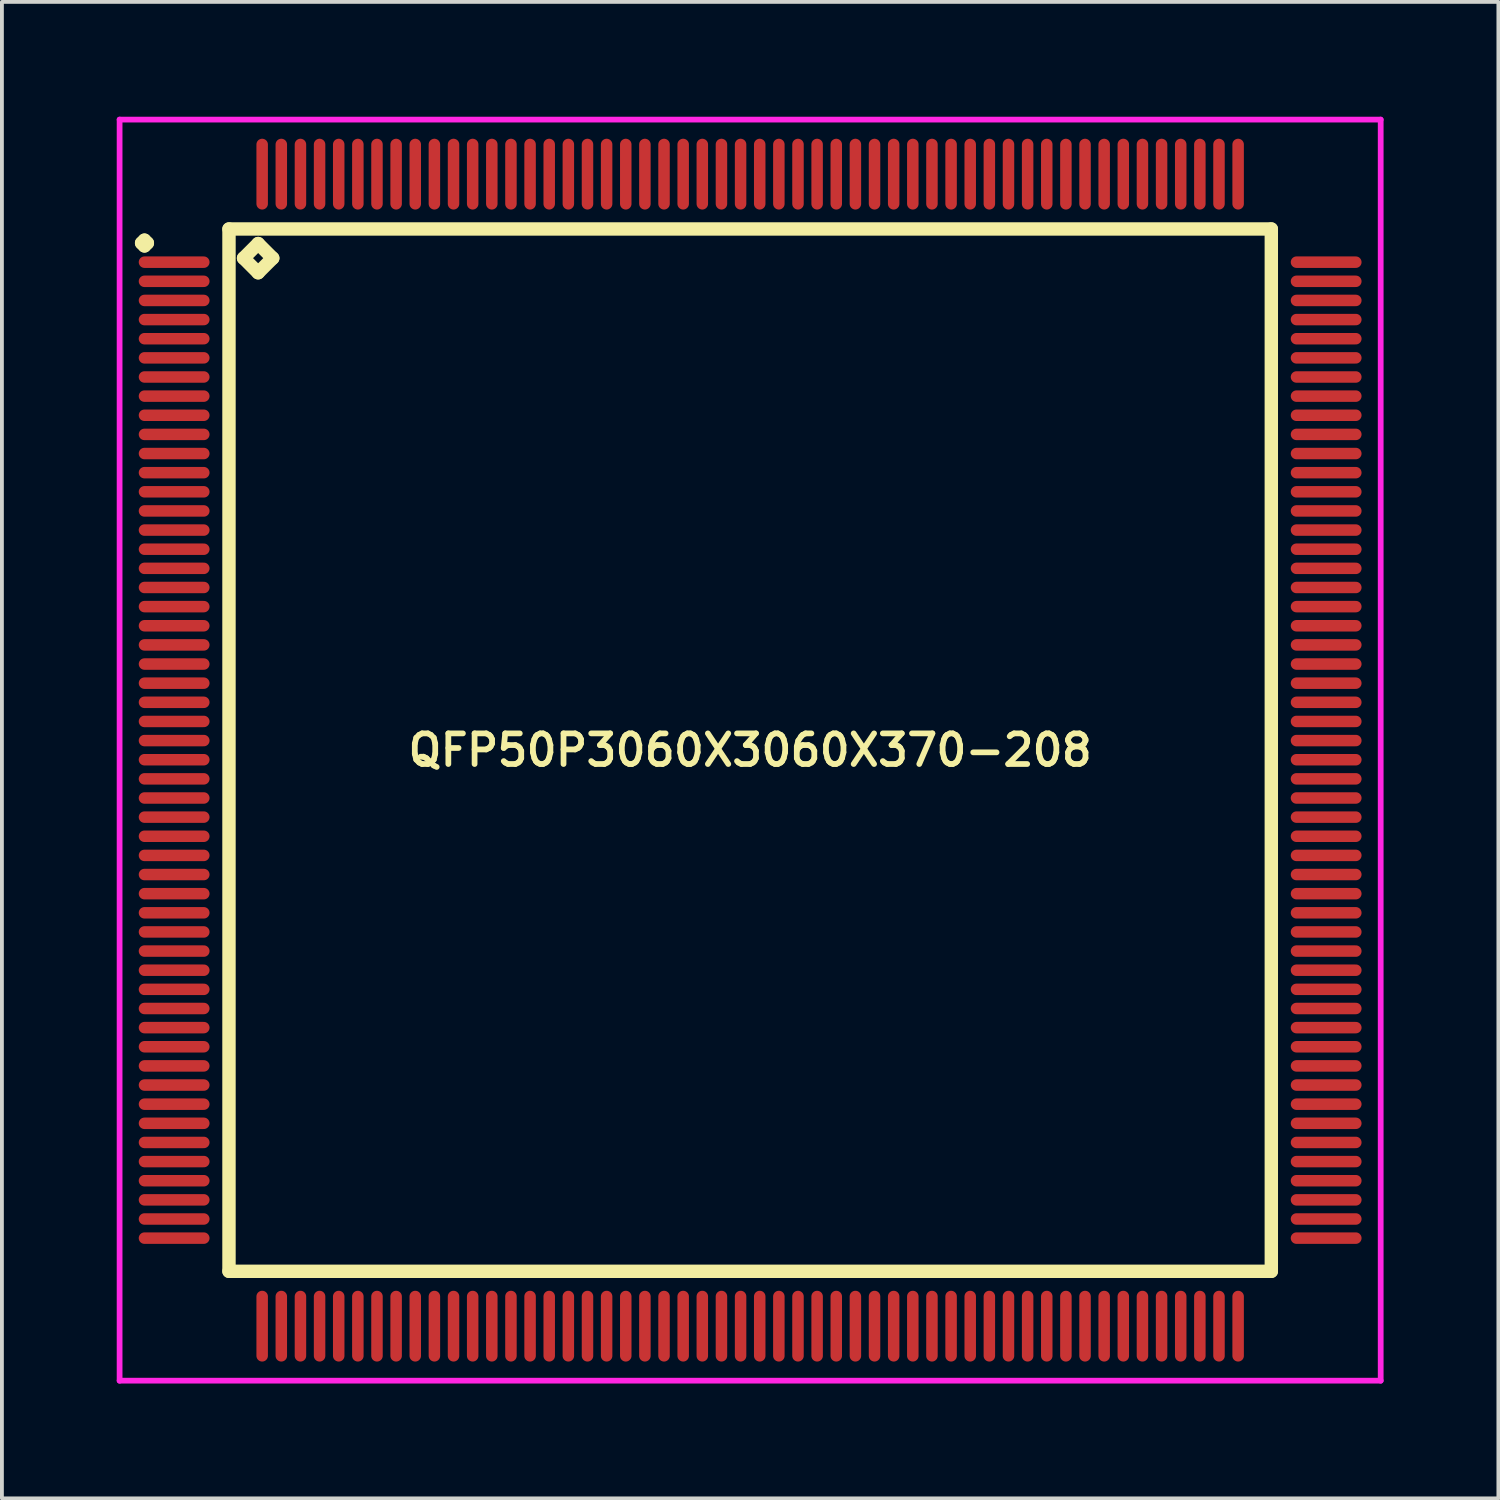
<source format=kicad_pcb>
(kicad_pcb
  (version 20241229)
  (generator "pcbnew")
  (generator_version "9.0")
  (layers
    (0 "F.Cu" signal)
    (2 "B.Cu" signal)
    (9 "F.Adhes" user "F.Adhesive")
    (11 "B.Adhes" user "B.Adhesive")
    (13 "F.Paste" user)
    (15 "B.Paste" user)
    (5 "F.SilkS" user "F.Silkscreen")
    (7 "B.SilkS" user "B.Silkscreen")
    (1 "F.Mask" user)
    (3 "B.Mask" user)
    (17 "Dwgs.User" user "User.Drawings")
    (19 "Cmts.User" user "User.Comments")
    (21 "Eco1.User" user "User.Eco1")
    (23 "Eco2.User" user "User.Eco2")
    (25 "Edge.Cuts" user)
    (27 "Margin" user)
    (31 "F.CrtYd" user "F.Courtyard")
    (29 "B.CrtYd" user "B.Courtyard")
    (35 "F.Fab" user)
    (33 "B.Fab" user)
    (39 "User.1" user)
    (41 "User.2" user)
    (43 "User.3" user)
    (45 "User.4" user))
  (footprint "QFP50P3060X3060X370-208"
    (layer "F.Cu")
    (at 16.55 16.55)
    (property "Reference" "QFP50P3060X3060X370-208" (at 0 0 0) (layer "F.SilkS") (effects (font (size 0.8 0.8) (thickness 0.15))))
    (attr through_hole)
    (fp_line (start -15.9 -13.25) (end -15.825 -13.325) (stroke (width 0.35) (type solid)) (layer "F.SilkS"))
    (fp_line (start -15.825 -13.325) (end -15.75 -13.25) (stroke (width 0.35) (type solid)) (layer "F.SilkS"))
    (fp_line (start -15.825 -13.175) (end -15.9 -13.25) (stroke (width 0.35) (type solid)) (layer "F.SilkS"))
    (fp_line (start -15.75 -13.25) (end -15.825 -13.175) (stroke (width 0.35) (type solid)) (layer "F.SilkS"))
    (fp_line (start -13.617 -13.617) (end -13.617 13.617) (stroke (width 0.35) (type solid)) (layer "F.SilkS"))
    (fp_line (start -13.617 13.617) (end 13.617 13.617) (stroke (width 0.35) (type solid)) (layer "F.SilkS"))
    (fp_line (start -13.236 -12.855) (end -12.855 -13.236) (stroke (width 0.35) (type solid)) (layer "F.SilkS"))
    (fp_line (start -12.855 -13.236) (end -12.474 -12.855) (stroke (width 0.35) (type solid)) (layer "F.SilkS"))
    (fp_line (start -12.855 -12.474) (end -13.236 -12.855) (stroke (width 0.35) (type solid)) (layer "F.SilkS"))
    (fp_line (start -12.474 -12.855) (end -12.855 -12.474) (stroke (width 0.35) (type solid)) (layer "F.SilkS"))
    (fp_line (start 13.617 -13.617) (end -13.617 -13.617) (stroke (width 0.35) (type solid)) (layer "F.SilkS"))
    (fp_line (start 13.617 13.617) (end 13.617 -13.617) (stroke (width 0.35) (type solid)) (layer "F.SilkS"))
    (fp_line (start -16.475 -16.475) (end 16.475 -16.475) (stroke (width 0.15) (type solid)) (layer "F.CrtYd"))
    (fp_line (start -16.475 16.475) (end -16.475 -16.475) (stroke (width 0.15) (type solid)) (layer "F.CrtYd"))
    (fp_line (start 16.475 -16.475) (end 16.475 16.475) (stroke (width 0.15) (type solid)) (layer "F.CrtYd"))
    (fp_line (start 16.475 16.475) (end -16.475 16.475) (stroke (width 0.15) (type solid)) (layer "F.CrtYd"))
    (pad "1" smd oval (at -15.05 -12.75) (size 1.85 0.3) (layers "F.Cu" "F.Mask" "F.Paste"))
    (pad "2" smd oval (at -15.05 -12.25) (size 1.85 0.3) (layers "F.Cu" "F.Mask" "F.Paste"))
    (pad "3" smd oval (at -15.05 -11.75) (size 1.85 0.3) (layers "F.Cu" "F.Mask" "F.Paste"))
    (pad "4" smd oval (at -15.05 -11.25) (size 1.85 0.3) (layers "F.Cu" "F.Mask" "F.Paste"))
    (pad "5" smd oval (at -15.05 -10.75) (size 1.85 0.3) (layers "F.Cu" "F.Mask" "F.Paste"))
    (pad "6" smd oval (at -15.05 -10.25) (size 1.85 0.3) (layers "F.Cu" "F.Mask" "F.Paste"))
    (pad "7" smd oval (at -15.05 -9.75) (size 1.85 0.3) (layers "F.Cu" "F.Mask" "F.Paste"))
    (pad "8" smd oval (at -15.05 -9.25) (size 1.85 0.3) (layers "F.Cu" "F.Mask" "F.Paste"))
    (pad "9" smd oval (at -15.05 -8.75) (size 1.85 0.3) (layers "F.Cu" "F.Mask" "F.Paste"))
    (pad "10" smd oval (at -15.05 -8.25) (size 1.85 0.3) (layers "F.Cu" "F.Mask" "F.Paste"))
    (pad "11" smd oval (at -15.05 -7.75) (size 1.85 0.3) (layers "F.Cu" "F.Mask" "F.Paste"))
    (pad "12" smd oval (at -15.05 -7.25) (size 1.85 0.3) (layers "F.Cu" "F.Mask" "F.Paste"))
    (pad "13" smd oval (at -15.05 -6.75) (size 1.85 0.3) (layers "F.Cu" "F.Mask" "F.Paste"))
    (pad "14" smd oval (at -15.05 -6.25) (size 1.85 0.3) (layers "F.Cu" "F.Mask" "F.Paste"))
    (pad "15" smd oval (at -15.05 -5.75) (size 1.85 0.3) (layers "F.Cu" "F.Mask" "F.Paste"))
    (pad "16" smd oval (at -15.05 -5.25) (size 1.85 0.3) (layers "F.Cu" "F.Mask" "F.Paste"))
    (pad "17" smd oval (at -15.05 -4.75) (size 1.85 0.3) (layers "F.Cu" "F.Mask" "F.Paste"))
    (pad "18" smd oval (at -15.05 -4.25) (size 1.85 0.3) (layers "F.Cu" "F.Mask" "F.Paste"))
    (pad "19" smd oval (at -15.05 -3.75) (size 1.85 0.3) (layers "F.Cu" "F.Mask" "F.Paste"))
    (pad "20" smd oval (at -15.05 -3.25) (size 1.85 0.3) (layers "F.Cu" "F.Mask" "F.Paste"))
    (pad "21" smd oval (at -15.05 -2.75) (size 1.85 0.3) (layers "F.Cu" "F.Mask" "F.Paste"))
    (pad "22" smd oval (at -15.05 -2.25) (size 1.85 0.3) (layers "F.Cu" "F.Mask" "F.Paste"))
    (pad "23" smd oval (at -15.05 -1.75) (size 1.85 0.3) (layers "F.Cu" "F.Mask" "F.Paste"))
    (pad "24" smd oval (at -15.05 -1.25) (size 1.85 0.3) (layers "F.Cu" "F.Mask" "F.Paste"))
    (pad "25" smd oval (at -15.05 -0.75) (size 1.85 0.3) (layers "F.Cu" "F.Mask" "F.Paste"))
    (pad "26" smd oval (at -15.05 -0.25) (size 1.85 0.3) (layers "F.Cu" "F.Mask" "F.Paste"))
    (pad "27" smd oval (at -15.05 0.25) (size 1.85 0.3) (layers "F.Cu" "F.Mask" "F.Paste"))
    (pad "28" smd oval (at -15.05 0.75) (size 1.85 0.3) (layers "F.Cu" "F.Mask" "F.Paste"))
    (pad "29" smd oval (at -15.05 1.25) (size 1.85 0.3) (layers "F.Cu" "F.Mask" "F.Paste"))
    (pad "30" smd oval (at -15.05 1.75) (size 1.85 0.3) (layers "F.Cu" "F.Mask" "F.Paste"))
    (pad "31" smd oval (at -15.05 2.25) (size 1.85 0.3) (layers "F.Cu" "F.Mask" "F.Paste"))
    (pad "32" smd oval (at -15.05 2.75) (size 1.85 0.3) (layers "F.Cu" "F.Mask" "F.Paste"))
    (pad "33" smd oval (at -15.05 3.25) (size 1.85 0.3) (layers "F.Cu" "F.Mask" "F.Paste"))
    (pad "34" smd oval (at -15.05 3.75) (size 1.85 0.3) (layers "F.Cu" "F.Mask" "F.Paste"))
    (pad "35" smd oval (at -15.05 4.25) (size 1.85 0.3) (layers "F.Cu" "F.Mask" "F.Paste"))
    (pad "36" smd oval (at -15.05 4.75) (size 1.85 0.3) (layers "F.Cu" "F.Mask" "F.Paste"))
    (pad "37" smd oval (at -15.05 5.25) (size 1.85 0.3) (layers "F.Cu" "F.Mask" "F.Paste"))
    (pad "38" smd oval (at -15.05 5.75) (size 1.85 0.3) (layers "F.Cu" "F.Mask" "F.Paste"))
    (pad "39" smd oval (at -15.05 6.25) (size 1.85 0.3) (layers "F.Cu" "F.Mask" "F.Paste"))
    (pad "40" smd oval (at -15.05 6.75) (size 1.85 0.3) (layers "F.Cu" "F.Mask" "F.Paste"))
    (pad "41" smd oval (at -15.05 7.25) (size 1.85 0.3) (layers "F.Cu" "F.Mask" "F.Paste"))
    (pad "42" smd oval (at -15.05 7.75) (size 1.85 0.3) (layers "F.Cu" "F.Mask" "F.Paste"))
    (pad "43" smd oval (at -15.05 8.25) (size 1.85 0.3) (layers "F.Cu" "F.Mask" "F.Paste"))
    (pad "44" smd oval (at -15.05 8.75) (size 1.85 0.3) (layers "F.Cu" "F.Mask" "F.Paste"))
    (pad "45" smd oval (at -15.05 9.25) (size 1.85 0.3) (layers "F.Cu" "F.Mask" "F.Paste"))
    (pad "46" smd oval (at -15.05 9.75) (size 1.85 0.3) (layers "F.Cu" "F.Mask" "F.Paste"))
    (pad "47" smd oval (at -15.05 10.25) (size 1.85 0.3) (layers "F.Cu" "F.Mask" "F.Paste"))
    (pad "48" smd oval (at -15.05 10.75) (size 1.85 0.3) (layers "F.Cu" "F.Mask" "F.Paste"))
    (pad "49" smd oval (at -15.05 11.25) (size 1.85 0.3) (layers "F.Cu" "F.Mask" "F.Paste"))
    (pad "50" smd oval (at -15.05 11.75) (size 1.85 0.3) (layers "F.Cu" "F.Mask" "F.Paste"))
    (pad "51" smd oval (at -15.05 12.25) (size 1.85 0.3) (layers "F.Cu" "F.Mask" "F.Paste"))
    (pad "52" smd oval (at -15.05 12.75) (size 1.85 0.3) (layers "F.Cu" "F.Mask" "F.Paste"))
    (pad "53" smd oval (at -12.75 15.05) (size 0.3 1.85) (layers "F.Cu" "F.Mask" "F.Paste"))
    (pad "54" smd oval (at -12.25 15.05) (size 0.3 1.85) (layers "F.Cu" "F.Mask" "F.Paste"))
    (pad "55" smd oval (at -11.75 15.05) (size 0.3 1.85) (layers "F.Cu" "F.Mask" "F.Paste"))
    (pad "56" smd oval (at -11.25 15.05) (size 0.3 1.85) (layers "F.Cu" "F.Mask" "F.Paste"))
    (pad "57" smd oval (at -10.75 15.05) (size 0.3 1.85) (layers "F.Cu" "F.Mask" "F.Paste"))
    (pad "58" smd oval (at -10.25 15.05) (size 0.3 1.85) (layers "F.Cu" "F.Mask" "F.Paste"))
    (pad "59" smd oval (at -9.75 15.05) (size 0.3 1.85) (layers "F.Cu" "F.Mask" "F.Paste"))
    (pad "60" smd oval (at -9.25 15.05) (size 0.3 1.85) (layers "F.Cu" "F.Mask" "F.Paste"))
    (pad "61" smd oval (at -8.75 15.05) (size 0.3 1.85) (layers "F.Cu" "F.Mask" "F.Paste"))
    (pad "62" smd oval (at -8.25 15.05) (size 0.3 1.85) (layers "F.Cu" "F.Mask" "F.Paste"))
    (pad "63" smd oval (at -7.75 15.05) (size 0.3 1.85) (layers "F.Cu" "F.Mask" "F.Paste"))
    (pad "64" smd oval (at -7.25 15.05) (size 0.3 1.85) (layers "F.Cu" "F.Mask" "F.Paste"))
    (pad "65" smd oval (at -6.75 15.05) (size 0.3 1.85) (layers "F.Cu" "F.Mask" "F.Paste"))
    (pad "66" smd oval (at -6.25 15.05) (size 0.3 1.85) (layers "F.Cu" "F.Mask" "F.Paste"))
    (pad "67" smd oval (at -5.75 15.05) (size 0.3 1.85) (layers "F.Cu" "F.Mask" "F.Paste"))
    (pad "68" smd oval (at -5.25 15.05) (size 0.3 1.85) (layers "F.Cu" "F.Mask" "F.Paste"))
    (pad "69" smd oval (at -4.75 15.05) (size 0.3 1.85) (layers "F.Cu" "F.Mask" "F.Paste"))
    (pad "70" smd oval (at -4.25 15.05) (size 0.3 1.85) (layers "F.Cu" "F.Mask" "F.Paste"))
    (pad "71" smd oval (at -3.75 15.05) (size 0.3 1.85) (layers "F.Cu" "F.Mask" "F.Paste"))
    (pad "72" smd oval (at -3.25 15.05) (size 0.3 1.85) (layers "F.Cu" "F.Mask" "F.Paste"))
    (pad "73" smd oval (at -2.75 15.05) (size 0.3 1.85) (layers "F.Cu" "F.Mask" "F.Paste"))
    (pad "74" smd oval (at -2.25 15.05) (size 0.3 1.85) (layers "F.Cu" "F.Mask" "F.Paste"))
    (pad "75" smd oval (at -1.75 15.05) (size 0.3 1.85) (layers "F.Cu" "F.Mask" "F.Paste"))
    (pad "76" smd oval (at -1.25 15.05) (size 0.3 1.85) (layers "F.Cu" "F.Mask" "F.Paste"))
    (pad "77" smd oval (at -0.75 15.05) (size 0.3 1.85) (layers "F.Cu" "F.Mask" "F.Paste"))
    (pad "78" smd oval (at -0.25 15.05) (size 0.3 1.85) (layers "F.Cu" "F.Mask" "F.Paste"))
    (pad "79" smd oval (at 0.25 15.05) (size 0.3 1.85) (layers "F.Cu" "F.Mask" "F.Paste"))
    (pad "80" smd oval (at 0.75 15.05) (size 0.3 1.85) (layers "F.Cu" "F.Mask" "F.Paste"))
    (pad "81" smd oval (at 1.25 15.05) (size 0.3 1.85) (layers "F.Cu" "F.Mask" "F.Paste"))
    (pad "82" smd oval (at 1.75 15.05) (size 0.3 1.85) (layers "F.Cu" "F.Mask" "F.Paste"))
    (pad "83" smd oval (at 2.25 15.05) (size 0.3 1.85) (layers "F.Cu" "F.Mask" "F.Paste"))
    (pad "84" smd oval (at 2.75 15.05) (size 0.3 1.85) (layers "F.Cu" "F.Mask" "F.Paste"))
    (pad "85" smd oval (at 3.25 15.05) (size 0.3 1.85) (layers "F.Cu" "F.Mask" "F.Paste"))
    (pad "86" smd oval (at 3.75 15.05) (size 0.3 1.85) (layers "F.Cu" "F.Mask" "F.Paste"))
    (pad "87" smd oval (at 4.25 15.05) (size 0.3 1.85) (layers "F.Cu" "F.Mask" "F.Paste"))
    (pad "88" smd oval (at 4.75 15.05) (size 0.3 1.85) (layers "F.Cu" "F.Mask" "F.Paste"))
    (pad "89" smd oval (at 5.25 15.05) (size 0.3 1.85) (layers "F.Cu" "F.Mask" "F.Paste"))
    (pad "90" smd oval (at 5.75 15.05) (size 0.3 1.85) (layers "F.Cu" "F.Mask" "F.Paste"))
    (pad "91" smd oval (at 6.25 15.05) (size 0.3 1.85) (layers "F.Cu" "F.Mask" "F.Paste"))
    (pad "92" smd oval (at 6.75 15.05) (size 0.3 1.85) (layers "F.Cu" "F.Mask" "F.Paste"))
    (pad "93" smd oval (at 7.25 15.05) (size 0.3 1.85) (layers "F.Cu" "F.Mask" "F.Paste"))
    (pad "94" smd oval (at 7.75 15.05) (size 0.3 1.85) (layers "F.Cu" "F.Mask" "F.Paste"))
    (pad "95" smd oval (at 8.25 15.05) (size 0.3 1.85) (layers "F.Cu" "F.Mask" "F.Paste"))
    (pad "96" smd oval (at 8.75 15.05) (size 0.3 1.85) (layers "F.Cu" "F.Mask" "F.Paste"))
    (pad "97" smd oval (at 9.25 15.05) (size 0.3 1.85) (layers "F.Cu" "F.Mask" "F.Paste"))
    (pad "98" smd oval (at 9.75 15.05) (size 0.3 1.85) (layers "F.Cu" "F.Mask" "F.Paste"))
    (pad "99" smd oval (at 10.25 15.05) (size 0.3 1.85) (layers "F.Cu" "F.Mask" "F.Paste"))
    (pad "100" smd oval (at 10.75 15.05) (size 0.3 1.85) (layers "F.Cu" "F.Mask" "F.Paste"))
    (pad "101" smd oval (at 11.25 15.05) (size 0.3 1.85) (layers "F.Cu" "F.Mask" "F.Paste"))
    (pad "102" smd oval (at 11.75 15.05) (size 0.3 1.85) (layers "F.Cu" "F.Mask" "F.Paste"))
    (pad "103" smd oval (at 12.25 15.05) (size 0.3 1.85) (layers "F.Cu" "F.Mask" "F.Paste"))
    (pad "104" smd oval (at 12.75 15.05) (size 0.3 1.85) (layers "F.Cu" "F.Mask" "F.Paste"))
    (pad "105" smd oval (at 15.05 12.75) (size 1.85 0.3) (layers "F.Cu" "F.Mask" "F.Paste"))
    (pad "106" smd oval (at 15.05 12.25) (size 1.85 0.3) (layers "F.Cu" "F.Mask" "F.Paste"))
    (pad "107" smd oval (at 15.05 11.75) (size 1.85 0.3) (layers "F.Cu" "F.Mask" "F.Paste"))
    (pad "108" smd oval (at 15.05 11.25) (size 1.85 0.3) (layers "F.Cu" "F.Mask" "F.Paste"))
    (pad "109" smd oval (at 15.05 10.75) (size 1.85 0.3) (layers "F.Cu" "F.Mask" "F.Paste"))
    (pad "110" smd oval (at 15.05 10.25) (size 1.85 0.3) (layers "F.Cu" "F.Mask" "F.Paste"))
    (pad "111" smd oval (at 15.05 9.75) (size 1.85 0.3) (layers "F.Cu" "F.Mask" "F.Paste"))
    (pad "112" smd oval (at 15.05 9.25) (size 1.85 0.3) (layers "F.Cu" "F.Mask" "F.Paste"))
    (pad "113" smd oval (at 15.05 8.75) (size 1.85 0.3) (layers "F.Cu" "F.Mask" "F.Paste"))
    (pad "114" smd oval (at 15.05 8.25) (size 1.85 0.3) (layers "F.Cu" "F.Mask" "F.Paste"))
    (pad "115" smd oval (at 15.05 7.75) (size 1.85 0.3) (layers "F.Cu" "F.Mask" "F.Paste"))
    (pad "116" smd oval (at 15.05 7.25) (size 1.85 0.3) (layers "F.Cu" "F.Mask" "F.Paste"))
    (pad "117" smd oval (at 15.05 6.75) (size 1.85 0.3) (layers "F.Cu" "F.Mask" "F.Paste"))
    (pad "118" smd oval (at 15.05 6.25) (size 1.85 0.3) (layers "F.Cu" "F.Mask" "F.Paste"))
    (pad "119" smd oval (at 15.05 5.75) (size 1.85 0.3) (layers "F.Cu" "F.Mask" "F.Paste"))
    (pad "120" smd oval (at 15.05 5.25) (size 1.85 0.3) (layers "F.Cu" "F.Mask" "F.Paste"))
    (pad "121" smd oval (at 15.05 4.75) (size 1.85 0.3) (layers "F.Cu" "F.Mask" "F.Paste"))
    (pad "122" smd oval (at 15.05 4.25) (size 1.85 0.3) (layers "F.Cu" "F.Mask" "F.Paste"))
    (pad "123" smd oval (at 15.05 3.75) (size 1.85 0.3) (layers "F.Cu" "F.Mask" "F.Paste"))
    (pad "124" smd oval (at 15.05 3.25) (size 1.85 0.3) (layers "F.Cu" "F.Mask" "F.Paste"))
    (pad "125" smd oval (at 15.05 2.75) (size 1.85 0.3) (layers "F.Cu" "F.Mask" "F.Paste"))
    (pad "126" smd oval (at 15.05 2.25) (size 1.85 0.3) (layers "F.Cu" "F.Mask" "F.Paste"))
    (pad "127" smd oval (at 15.05 1.75) (size 1.85 0.3) (layers "F.Cu" "F.Mask" "F.Paste"))
    (pad "128" smd oval (at 15.05 1.25) (size 1.85 0.3) (layers "F.Cu" "F.Mask" "F.Paste"))
    (pad "129" smd oval (at 15.05 0.75) (size 1.85 0.3) (layers "F.Cu" "F.Mask" "F.Paste"))
    (pad "130" smd oval (at 15.05 0.25) (size 1.85 0.3) (layers "F.Cu" "F.Mask" "F.Paste"))
    (pad "131" smd oval (at 15.05 -0.25) (size 1.85 0.3) (layers "F.Cu" "F.Mask" "F.Paste"))
    (pad "132" smd oval (at 15.05 -0.75) (size 1.85 0.3) (layers "F.Cu" "F.Mask" "F.Paste"))
    (pad "133" smd oval (at 15.05 -1.25) (size 1.85 0.3) (layers "F.Cu" "F.Mask" "F.Paste"))
    (pad "134" smd oval (at 15.05 -1.75) (size 1.85 0.3) (layers "F.Cu" "F.Mask" "F.Paste"))
    (pad "135" smd oval (at 15.05 -2.25) (size 1.85 0.3) (layers "F.Cu" "F.Mask" "F.Paste"))
    (pad "136" smd oval (at 15.05 -2.75) (size 1.85 0.3) (layers "F.Cu" "F.Mask" "F.Paste"))
    (pad "137" smd oval (at 15.05 -3.25) (size 1.85 0.3) (layers "F.Cu" "F.Mask" "F.Paste"))
    (pad "138" smd oval (at 15.05 -3.75) (size 1.85 0.3) (layers "F.Cu" "F.Mask" "F.Paste"))
    (pad "139" smd oval (at 15.05 -4.25) (size 1.85 0.3) (layers "F.Cu" "F.Mask" "F.Paste"))
    (pad "140" smd oval (at 15.05 -4.75) (size 1.85 0.3) (layers "F.Cu" "F.Mask" "F.Paste"))
    (pad "141" smd oval (at 15.05 -5.25) (size 1.85 0.3) (layers "F.Cu" "F.Mask" "F.Paste"))
    (pad "142" smd oval (at 15.05 -5.75) (size 1.85 0.3) (layers "F.Cu" "F.Mask" "F.Paste"))
    (pad "143" smd oval (at 15.05 -6.25) (size 1.85 0.3) (layers "F.Cu" "F.Mask" "F.Paste"))
    (pad "144" smd oval (at 15.05 -6.75) (size 1.85 0.3) (layers "F.Cu" "F.Mask" "F.Paste"))
    (pad "145" smd oval (at 15.05 -7.25) (size 1.85 0.3) (layers "F.Cu" "F.Mask" "F.Paste"))
    (pad "146" smd oval (at 15.05 -7.75) (size 1.85 0.3) (layers "F.Cu" "F.Mask" "F.Paste"))
    (pad "147" smd oval (at 15.05 -8.25) (size 1.85 0.3) (layers "F.Cu" "F.Mask" "F.Paste"))
    (pad "148" smd oval (at 15.05 -8.75) (size 1.85 0.3) (layers "F.Cu" "F.Mask" "F.Paste"))
    (pad "149" smd oval (at 15.05 -9.25) (size 1.85 0.3) (layers "F.Cu" "F.Mask" "F.Paste"))
    (pad "150" smd oval (at 15.05 -9.75) (size 1.85 0.3) (layers "F.Cu" "F.Mask" "F.Paste"))
    (pad "151" smd oval (at 15.05 -10.25) (size 1.85 0.3) (layers "F.Cu" "F.Mask" "F.Paste"))
    (pad "152" smd oval (at 15.05 -10.75) (size 1.85 0.3) (layers "F.Cu" "F.Mask" "F.Paste"))
    (pad "153" smd oval (at 15.05 -11.25) (size 1.85 0.3) (layers "F.Cu" "F.Mask" "F.Paste"))
    (pad "154" smd oval (at 15.05 -11.75) (size 1.85 0.3) (layers "F.Cu" "F.Mask" "F.Paste"))
    (pad "155" smd oval (at 15.05 -12.25) (size 1.85 0.3) (layers "F.Cu" "F.Mask" "F.Paste"))
    (pad "156" smd oval (at 15.05 -12.75) (size 1.85 0.3) (layers "F.Cu" "F.Mask" "F.Paste"))
    (pad "157" smd oval (at 12.75 -15.05) (size 0.3 1.85) (layers "F.Cu" "F.Mask" "F.Paste"))
    (pad "158" smd oval (at 12.25 -15.05) (size 0.3 1.85) (layers "F.Cu" "F.Mask" "F.Paste"))
    (pad "159" smd oval (at 11.75 -15.05) (size 0.3 1.85) (layers "F.Cu" "F.Mask" "F.Paste"))
    (pad "160" smd oval (at 11.25 -15.05) (size 0.3 1.85) (layers "F.Cu" "F.Mask" "F.Paste"))
    (pad "161" smd oval (at 10.75 -15.05) (size 0.3 1.85) (layers "F.Cu" "F.Mask" "F.Paste"))
    (pad "162" smd oval (at 10.25 -15.05) (size 0.3 1.85) (layers "F.Cu" "F.Mask" "F.Paste"))
    (pad "163" smd oval (at 9.75 -15.05) (size 0.3 1.85) (layers "F.Cu" "F.Mask" "F.Paste"))
    (pad "164" smd oval (at 9.25 -15.05) (size 0.3 1.85) (layers "F.Cu" "F.Mask" "F.Paste"))
    (pad "165" smd oval (at 8.75 -15.05) (size 0.3 1.85) (layers "F.Cu" "F.Mask" "F.Paste"))
    (pad "166" smd oval (at 8.25 -15.05) (size 0.3 1.85) (layers "F.Cu" "F.Mask" "F.Paste"))
    (pad "167" smd oval (at 7.75 -15.05) (size 0.3 1.85) (layers "F.Cu" "F.Mask" "F.Paste"))
    (pad "168" smd oval (at 7.25 -15.05) (size 0.3 1.85) (layers "F.Cu" "F.Mask" "F.Paste"))
    (pad "169" smd oval (at 6.75 -15.05) (size 0.3 1.85) (layers "F.Cu" "F.Mask" "F.Paste"))
    (pad "170" smd oval (at 6.25 -15.05) (size 0.3 1.85) (layers "F.Cu" "F.Mask" "F.Paste"))
    (pad "171" smd oval (at 5.75 -15.05) (size 0.3 1.85) (layers "F.Cu" "F.Mask" "F.Paste"))
    (pad "172" smd oval (at 5.25 -15.05) (size 0.3 1.85) (layers "F.Cu" "F.Mask" "F.Paste"))
    (pad "173" smd oval (at 4.75 -15.05) (size 0.3 1.85) (layers "F.Cu" "F.Mask" "F.Paste"))
    (pad "174" smd oval (at 4.25 -15.05) (size 0.3 1.85) (layers "F.Cu" "F.Mask" "F.Paste"))
    (pad "175" smd oval (at 3.75 -15.05) (size 0.3 1.85) (layers "F.Cu" "F.Mask" "F.Paste"))
    (pad "176" smd oval (at 3.25 -15.05) (size 0.3 1.85) (layers "F.Cu" "F.Mask" "F.Paste"))
    (pad "177" smd oval (at 2.75 -15.05) (size 0.3 1.85) (layers "F.Cu" "F.Mask" "F.Paste"))
    (pad "178" smd oval (at 2.25 -15.05) (size 0.3 1.85) (layers "F.Cu" "F.Mask" "F.Paste"))
    (pad "179" smd oval (at 1.75 -15.05) (size 0.3 1.85) (layers "F.Cu" "F.Mask" "F.Paste"))
    (pad "180" smd oval (at 1.25 -15.05) (size 0.3 1.85) (layers "F.Cu" "F.Mask" "F.Paste"))
    (pad "181" smd oval (at 0.75 -15.05) (size 0.3 1.85) (layers "F.Cu" "F.Mask" "F.Paste"))
    (pad "182" smd oval (at 0.25 -15.05) (size 0.3 1.85) (layers "F.Cu" "F.Mask" "F.Paste"))
    (pad "183" smd oval (at -0.25 -15.05) (size 0.3 1.85) (layers "F.Cu" "F.Mask" "F.Paste"))
    (pad "184" smd oval (at -0.75 -15.05) (size 0.3 1.85) (layers "F.Cu" "F.Mask" "F.Paste"))
    (pad "185" smd oval (at -1.25 -15.05) (size 0.3 1.85) (layers "F.Cu" "F.Mask" "F.Paste"))
    (pad "186" smd oval (at -1.75 -15.05) (size 0.3 1.85) (layers "F.Cu" "F.Mask" "F.Paste"))
    (pad "187" smd oval (at -2.25 -15.05) (size 0.3 1.85) (layers "F.Cu" "F.Mask" "F.Paste"))
    (pad "188" smd oval (at -2.75 -15.05) (size 0.3 1.85) (layers "F.Cu" "F.Mask" "F.Paste"))
    (pad "189" smd oval (at -3.25 -15.05) (size 0.3 1.85) (layers "F.Cu" "F.Mask" "F.Paste"))
    (pad "190" smd oval (at -3.75 -15.05) (size 0.3 1.85) (layers "F.Cu" "F.Mask" "F.Paste"))
    (pad "191" smd oval (at -4.25 -15.05) (size 0.3 1.85) (layers "F.Cu" "F.Mask" "F.Paste"))
    (pad "192" smd oval (at -4.75 -15.05) (size 0.3 1.85) (layers "F.Cu" "F.Mask" "F.Paste"))
    (pad "193" smd oval (at -5.25 -15.05) (size 0.3 1.85) (layers "F.Cu" "F.Mask" "F.Paste"))
    (pad "194" smd oval (at -5.75 -15.05) (size 0.3 1.85) (layers "F.Cu" "F.Mask" "F.Paste"))
    (pad "195" smd oval (at -6.25 -15.05) (size 0.3 1.85) (layers "F.Cu" "F.Mask" "F.Paste"))
    (pad "196" smd oval (at -6.75 -15.05) (size 0.3 1.85) (layers "F.Cu" "F.Mask" "F.Paste"))
    (pad "197" smd oval (at -7.25 -15.05) (size 0.3 1.85) (layers "F.Cu" "F.Mask" "F.Paste"))
    (pad "198" smd oval (at -7.75 -15.05) (size 0.3 1.85) (layers "F.Cu" "F.Mask" "F.Paste"))
    (pad "199" smd oval (at -8.25 -15.05) (size 0.3 1.85) (layers "F.Cu" "F.Mask" "F.Paste"))
    (pad "200" smd oval (at -8.75 -15.05) (size 0.3 1.85) (layers "F.Cu" "F.Mask" "F.Paste"))
    (pad "201" smd oval (at -9.25 -15.05) (size 0.3 1.85) (layers "F.Cu" "F.Mask" "F.Paste"))
    (pad "202" smd oval (at -9.75 -15.05) (size 0.3 1.85) (layers "F.Cu" "F.Mask" "F.Paste"))
    (pad "203" smd oval (at -10.25 -15.05) (size 0.3 1.85) (layers "F.Cu" "F.Mask" "F.Paste"))
    (pad "204" smd oval (at -10.75 -15.05) (size 0.3 1.85) (layers "F.Cu" "F.Mask" "F.Paste"))
    (pad "205" smd oval (at -11.25 -15.05) (size 0.3 1.85) (layers "F.Cu" "F.Mask" "F.Paste"))
    (pad "206" smd oval (at -11.75 -15.05) (size 0.3 1.85) (layers "F.Cu" "F.Mask" "F.Paste"))
    (pad "207" smd oval (at -12.25 -15.05) (size 0.3 1.85) (layers "F.Cu" "F.Mask" "F.Paste"))
    (pad "208" smd oval (at -12.75 -15.05) (size 0.3 1.85) (layers "F.Cu" "F.Mask" "F.Paste")))
  (gr_rect
    (start -3 -3)
    (end 36.1 36.1)
    (stroke (width 0.1) (type default))
    (fill no)
    (layer "Edge.Cuts")))
</source>
